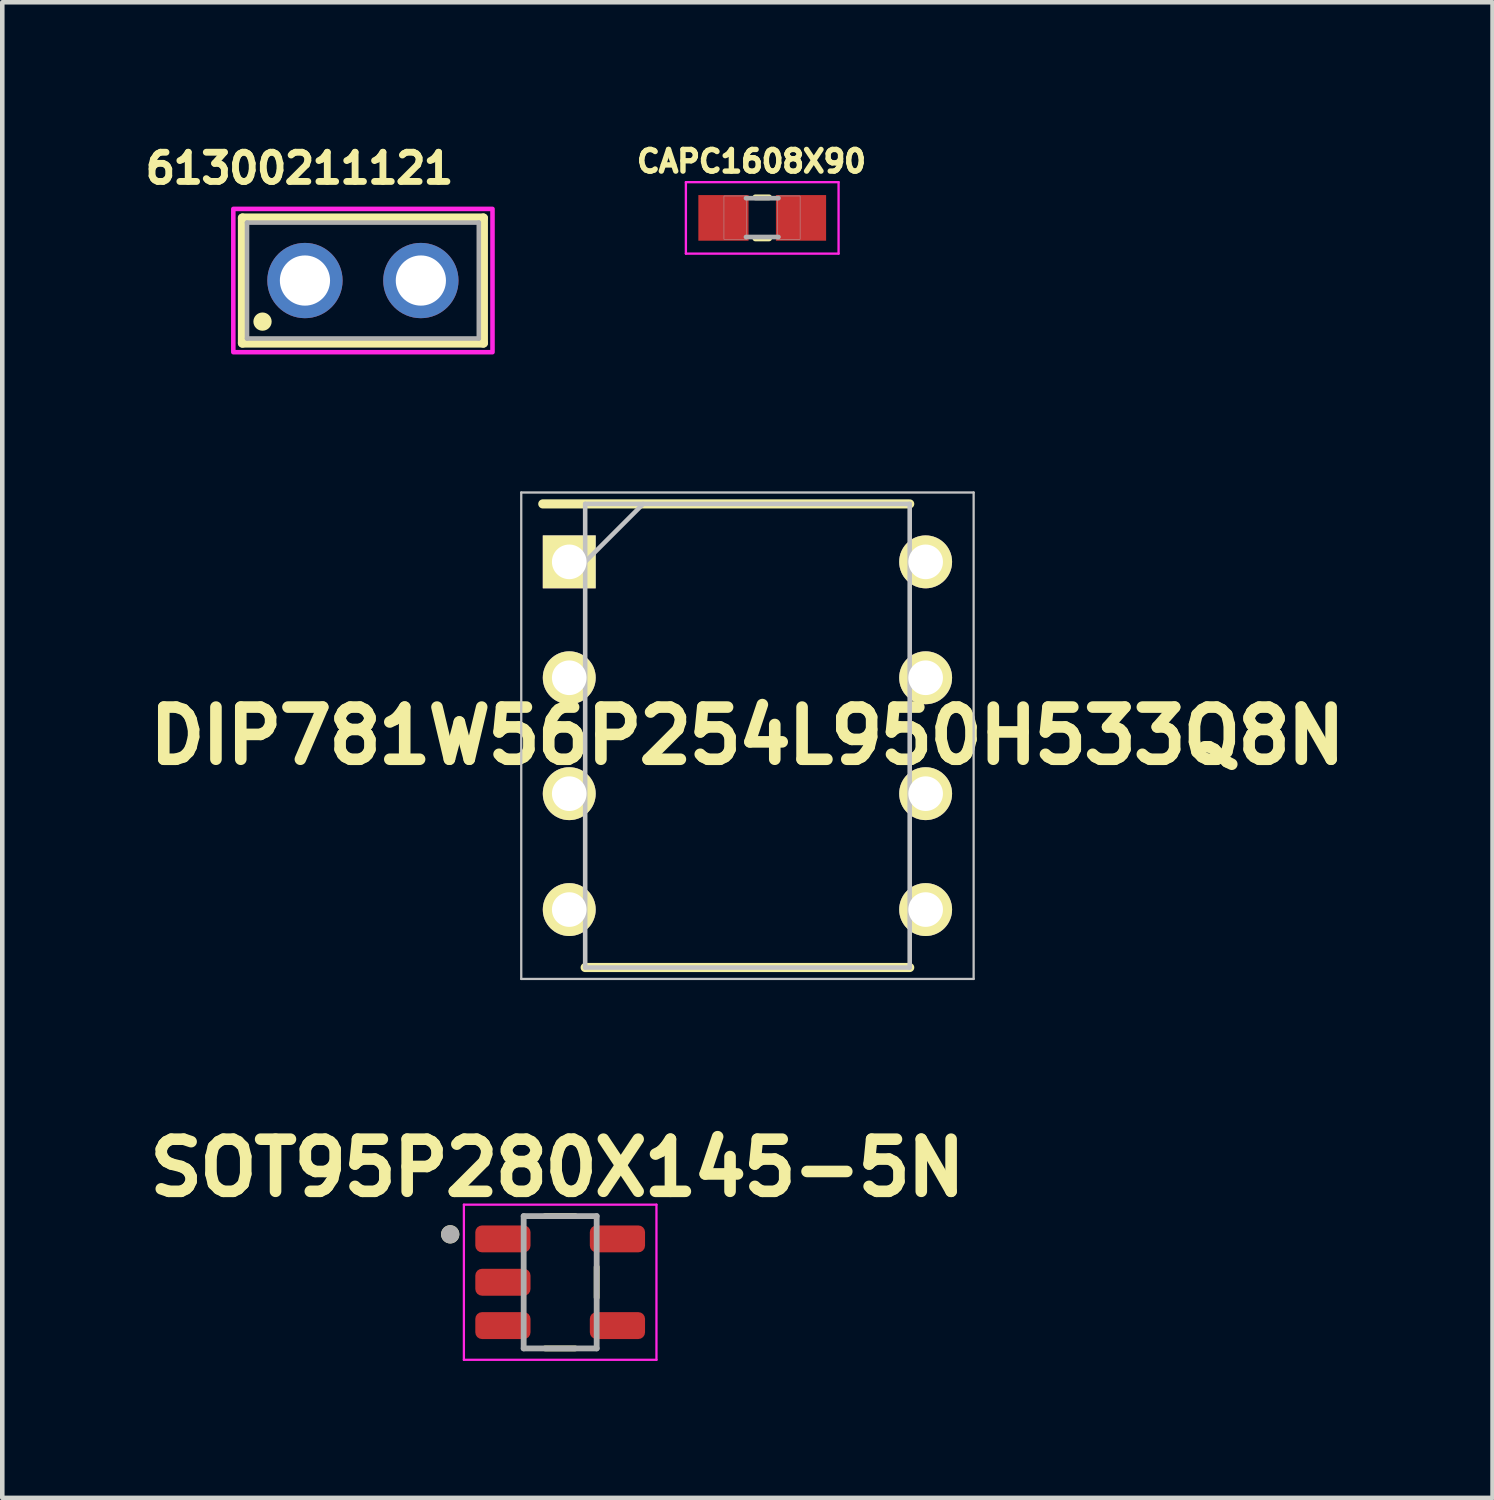
<source format=kicad_pcb>
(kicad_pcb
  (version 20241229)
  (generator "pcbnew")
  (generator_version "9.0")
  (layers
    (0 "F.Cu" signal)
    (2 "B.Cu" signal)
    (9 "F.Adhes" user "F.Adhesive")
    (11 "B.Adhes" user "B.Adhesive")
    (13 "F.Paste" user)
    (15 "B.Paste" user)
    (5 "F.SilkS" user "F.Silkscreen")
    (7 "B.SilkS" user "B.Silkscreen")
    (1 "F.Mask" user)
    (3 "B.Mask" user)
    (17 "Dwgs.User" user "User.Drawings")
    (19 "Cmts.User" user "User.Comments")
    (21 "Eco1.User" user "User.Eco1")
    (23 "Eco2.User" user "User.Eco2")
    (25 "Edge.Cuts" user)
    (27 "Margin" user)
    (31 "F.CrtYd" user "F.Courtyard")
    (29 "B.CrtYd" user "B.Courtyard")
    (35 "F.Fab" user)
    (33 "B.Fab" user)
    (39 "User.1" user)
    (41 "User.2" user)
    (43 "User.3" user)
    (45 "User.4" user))
  (footprint "DIP781W56P254L950H533Q8N"
    (layer "F.Cu")
    (at 13.33 13.073)
    (property "Reference" "DIP781W56P254L950H533Q8N" (at 0 0 0) (unlocked yes) (layer "F.SilkS") (effects (font (size 1.143 1.143) (thickness 0.254))))
    (attr through_hole exclude_from_pos_files)
    (fp_line (start -4.485 -5.08) (end 3.556 -5.08) (stroke (width 0.2) (type solid)) (layer "F.SilkS"))
    (fp_line (start -3.556 5.08) (end 3.556 5.08) (stroke (width 0.2) (type solid)) (layer "F.SilkS"))
    (fp_line (start -4.957 -5.33) (end 4.957 -5.33) (stroke (width 0.05) (type solid)) (layer "Dwgs.User"))
    (fp_line (start -4.957 5.33) (end -4.957 -5.33) (stroke (width 0.05) (type solid)) (layer "Dwgs.User"))
    (fp_line (start -3.556 -5.08) (end 3.556 -5.08) (stroke (width 0.1) (type solid)) (layer "Dwgs.User"))
    (fp_line (start -3.556 -3.81) (end -2.286 -5.08) (stroke (width 0.1) (type solid)) (layer "Dwgs.User"))
    (fp_line (start -3.556 5.08) (end -3.556 -5.08) (stroke (width 0.1) (type solid)) (layer "Dwgs.User"))
    (fp_line (start 3.556 -5.08) (end 3.556 5.08) (stroke (width 0.1) (type solid)) (layer "Dwgs.User"))
    (fp_line (start 3.556 5.08) (end -3.556 5.08) (stroke (width 0.1) (type solid)) (layer "Dwgs.User"))
    (fp_line (start 4.957 -5.33) (end 4.957 5.33) (stroke (width 0.05) (type solid)) (layer "Dwgs.User"))
    (fp_line (start 4.957 5.33) (end -4.957 5.33) (stroke (width 0.05) (type solid)) (layer "Dwgs.User"))
    (pad "1" thru_hole rect (at -3.905 -3.81 90) (size 1.159 1.159) (drill 0.759) (layers "*.Cu" "*.Mask" "F.SilkS"))
    (pad "2" thru_hole circle (at -3.905 -1.27 90) (size 1.159 1.159) (drill 0.759) (layers "*.Cu" "*.Mask" "F.SilkS"))
    (pad "3" thru_hole circle (at -3.905 1.27 90) (size 1.159 1.159) (drill 0.759) (layers "*.Cu" "*.Mask" "F.SilkS"))
    (pad "4" thru_hole circle (at -3.905 3.81 90) (size 1.159 1.159) (drill 0.759) (layers "*.Cu" "*.Mask" "F.SilkS"))
    (pad "5" thru_hole circle (at 3.905 3.81 90) (size 1.159 1.159) (drill 0.759) (layers "*.Cu" "*.Mask" "F.SilkS"))
    (pad "6" thru_hole circle (at 3.905 1.27 90) (size 1.159 1.159) (drill 0.759) (layers "*.Cu" "*.Mask" "F.SilkS"))
    (pad "7" thru_hole circle (at 3.905 -1.27 90) (size 1.159 1.159) (drill 0.759) (layers "*.Cu" "*.Mask" "F.SilkS"))
    (pad "8" thru_hole circle (at 3.905 -3.81 90) (size 1.159 1.159) (drill 0.759) (layers "*.Cu" "*.Mask" "F.SilkS")))
  (footprint "SOT95P280X145-5N"
    (layer "F.Cu")
    (at 9.226 25.05)
    (property "Reference" "SOT95P280X145-5N" (at -0.06 -2.508 0) (layer "F.SilkS") (effects (font (size 1.143 1.143) (thickness 0.254))))
    (attr smd)
    (fp_line (start -0.33 -1.45) (end 0.33 -1.45) (stroke (width 0.127) (type solid)) (layer "F.SilkS"))
    (fp_line (start 0.33 1.45) (end -0.33 1.45) (stroke (width 0.127) (type solid)) (layer "F.SilkS"))
    (fp_line (start 0.8 -0.335) (end 0.8 0.335) (stroke (width 0.127) (type solid)) (layer "F.SilkS"))
    (fp_circle (center -2.41 -1.05) (end -2.31 -1.05) (stroke (width 0.2) (type solid)) (fill no) (layer "F.SilkS"))
    (fp_line (start -2.11 -1.7) (end 2.11 -1.7) (stroke (width 0.05) (type solid)) (layer "F.CrtYd"))
    (fp_line (start -2.11 1.7) (end -2.11 -1.7) (stroke (width 0.05) (type solid)) (layer "F.CrtYd"))
    (fp_line (start 2.11 -1.7) (end 2.11 1.7) (stroke (width 0.05) (type solid)) (layer "F.CrtYd"))
    (fp_line (start 2.11 1.7) (end -2.11 1.7) (stroke (width 0.05) (type solid)) (layer "F.CrtYd"))
    (fp_line (start -0.8 -1.45) (end 0.8 -1.45) (stroke (width 0.127) (type solid)) (layer "F.Fab"))
    (fp_line (start -0.8 1.45) (end -0.8 -1.45) (stroke (width 0.127) (type solid)) (layer "F.Fab"))
    (fp_line (start 0.8 -1.45) (end 0.8 1.45) (stroke (width 0.127) (type solid)) (layer "F.Fab"))
    (fp_line (start 0.8 1.45) (end -0.8 1.45) (stroke (width 0.127) (type solid)) (layer "F.Fab"))
    (fp_circle (center -2.41 -1.05) (end -2.31 -1.05) (stroke (width 0.2) (type solid)) (fill no) (layer "F.Fab"))
    (pad "1" smd roundrect (at -1.255 -0.95) (size 1.21 0.59) (layers "F.Cu" "F.Mask" "F.Paste") (roundrect_rratio 0.25))
    (pad "2" smd roundrect (at -1.255 0) (size 1.21 0.59) (layers "F.Cu" "F.Mask" "F.Paste") (roundrect_rratio 0.25))
    (pad "3" smd roundrect (at -1.255 0.95) (size 1.21 0.59) (layers "F.Cu" "F.Mask" "F.Paste") (roundrect_rratio 0.25))
    (pad "4" smd roundrect (at 1.255 0.95) (size 1.21 0.59) (layers "F.Cu" "F.Mask" "F.Paste") (roundrect_rratio 0.25))
    (pad "5" smd roundrect (at 1.255 -0.95) (size 1.21 0.59) (layers "F.Cu" "F.Mask" "F.Paste") (roundrect_rratio 0.25)))
  (footprint "61300211121"
    (layer "F.Cu")
    (at 4.903 3.098)
    (property "Reference" "61300211121" (at -1.39 -2.46 0) (layer "F.SilkS") (effects (font (size 0.64 0.64) (thickness 0.15))))
    (attr through_hole)
    (fp_line (start -2.64 -1.37) (end 2.64 -1.37) (stroke (width 0.2) (type solid)) (layer "F.SilkS"))
    (fp_line (start -2.64 1.37) (end -2.64 -1.37) (stroke (width 0.2) (type solid)) (layer "F.SilkS"))
    (fp_line (start 2.64 -1.37) (end 2.64 1.37) (stroke (width 0.2) (type solid)) (layer "F.SilkS"))
    (fp_line (start 2.64 1.37) (end -2.64 1.37) (stroke (width 0.2) (type solid)) (layer "F.SilkS"))
    (fp_circle (center -2.2 0.9) (end -2.1 0.9) (stroke (width 0.2) (type solid)) (fill no) (layer "F.SilkS"))
    (fp_poly (pts (xy -2.84 -1.57) (xy 2.84 -1.57) (xy 2.84 1.57) (xy -2.84 1.57)) (stroke (width 0.1) (type solid)) (fill no) (layer "F.CrtYd"))
    (fp_line (start -2.54 -1.27) (end -2.54 1.27) (stroke (width 0.1) (type solid)) (layer "F.Fab"))
    (fp_line (start -2.54 1.27) (end 2.54 1.27) (stroke (width 0.1) (type solid)) (layer "F.Fab"))
    (fp_line (start 2.54 -1.27) (end -2.54 -1.27) (stroke (width 0.1) (type solid)) (layer "F.Fab"))
    (fp_line (start 2.54 1.27) (end 2.54 -1.27) (stroke (width 0.1) (type solid)) (layer "F.Fab"))
    (pad "1" thru_hole circle (at -1.27 0) (size 1.65 1.65) (drill 1.1) (layers "*.Cu" "*.Mask"))
    (pad "2" thru_hole circle (at 1.27 0) (size 1.65 1.65) (drill 1.1) (layers "*.Cu" "*.Mask")))
  (footprint "CAPC1608X90"
    (layer "F.Cu")
    (at 13.654 1.725)
    (property "Reference" "CAPC1608X90" (at -0.236 -1.239 0) (layer "F.SilkS") (effects (font (size 0.474 0.474) (thickness 0.119))))
    (attr smd)
    (fp_line (start -0.15 -0.45) (end 0.15 -0.45) (stroke (width 0.127) (type solid)) (layer "F.SilkS"))
    (fp_line (start -0.15 0.45) (end 0.15 0.45) (stroke (width 0.127) (type solid)) (layer "F.SilkS"))
    (fp_line (start -1.673 -0.783) (end 1.673 -0.783) (stroke (width 0.051) (type solid)) (layer "F.CrtYd"))
    (fp_line (start -1.673 0.783) (end -1.673 -0.783) (stroke (width 0.051) (type solid)) (layer "F.CrtYd"))
    (fp_line (start 1.673 -0.783) (end 1.673 0.783) (stroke (width 0.051) (type solid)) (layer "F.CrtYd"))
    (fp_line (start 1.673 0.783) (end -1.673 0.783) (stroke (width 0.051) (type solid)) (layer "F.CrtYd"))
    (fp_line (start -0.356 -0.432) (end 0.356 -0.432) (stroke (width 0.102) (type solid)) (layer "F.Fab"))
    (fp_line (start -0.356 0.419) (end 0.356 0.419) (stroke (width 0.102) (type solid)) (layer "F.Fab"))
    (fp_poly (pts (xy -0.839 -0.48) (xy -0.338 -0.48) (xy -0.338 0.47) (xy -0.839 0.47)) (stroke (width 0.01) (type solid)) (fill no) (layer "F.Fab"))
    (fp_poly (pts (xy 0.331 -0.48) (xy 0.83 -0.48) (xy 0.83 0.471) (xy 0.331 0.471)) (stroke (width 0.01) (type solid)) (fill no) (layer "F.Fab"))
    (pad "1" smd rect (at -0.85 0) (size 1.1 1) (layers "F.Cu" "F.Mask" "F.Paste"))
    (pad "2" smd rect (at 0.85 0) (size 1.1 1) (layers "F.Cu" "F.Mask" "F.Paste")))
  (gr_rect
    (start -3 -3)
    (end 29.659 29.775)
    (stroke (width 0.1) (type default))
    (fill no)
    (layer "Edge.Cuts")))
</source>
